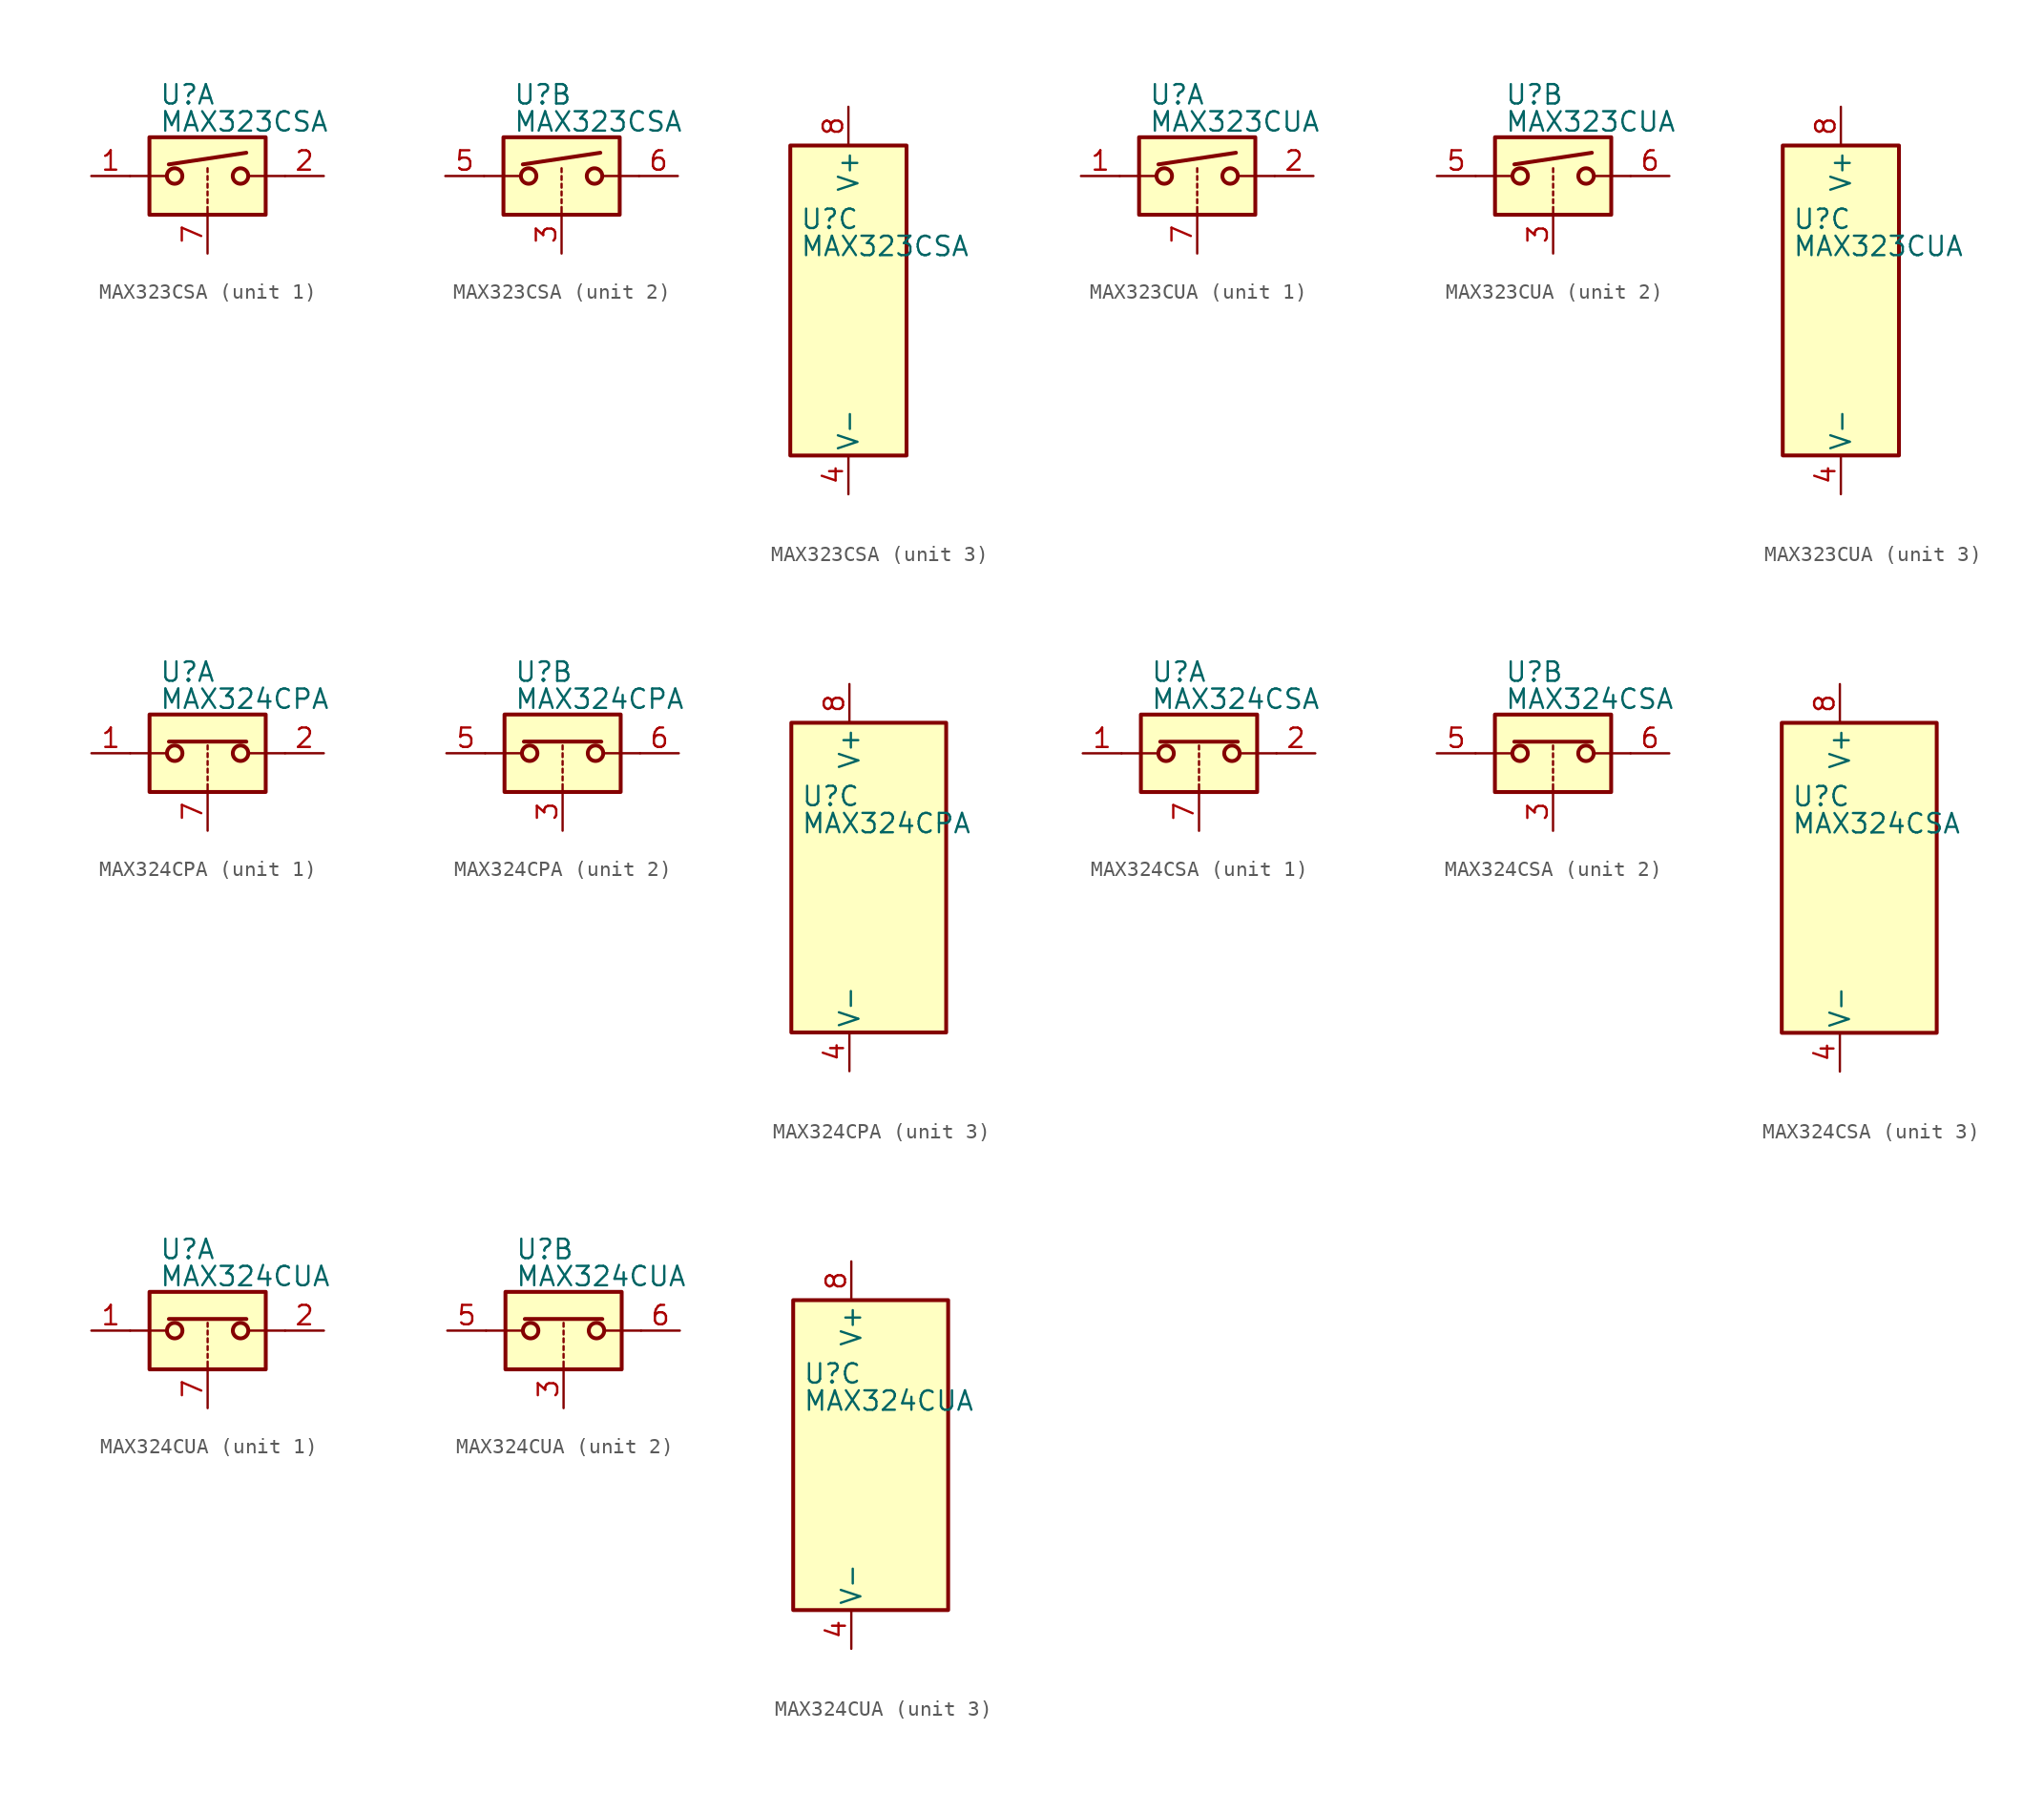
<source format=kicad_sym>
(kicad_symbol_lib
  (version 20201005)
  (generator kicad_symbol_editor)
  (symbol "Analog_Switch:MAX323CSA"
    (pin_names
      (offset 0.254))
    (property "Reference" "U"
      (at -3.175 5.334 0)
      (effects (font (size 1.27 1.27)) (justify left)))
    (property "Value" "MAX323CSA"
      (at -3.175 3.556 0)
      (effects (font (size 1.27 1.27)) (justify left)))
    (symbol "MAX323CSA_1_1"
      (circle (center -2.159 0) (radius 0.508) (stroke (width 0.254)) (fill (type none)))
      (circle (center 2.159 0) (radius 0.508) (stroke (width 0.254)) (fill (type none)))
      (rectangle (start -3.81 2.54) (end 3.81 -2.54) (stroke (width 0.254)) (fill (type background)))
      (polyline (pts (xy -5.08 0) (xy -2.794 0)) (stroke (width 0)) (fill (type none)))
      (polyline (pts (xy -2.54 0.762) (xy 2.54 1.524)) (stroke (width 0.254)) (fill (type none)))
      (polyline (pts (xy 0 -2.54) (xy 0 -2.032)) (stroke (width 0)) (fill (type none)))
      (polyline (pts (xy 0 -1.778) (xy 0 -1.524)) (stroke (width 0)) (fill (type none)))
      (polyline (pts (xy 0 -1.27) (xy 0 -1.016)) (stroke (width 0)) (fill (type none)))
      (polyline (pts (xy 0 -0.762) (xy 0 -0.508)) (stroke (width 0)) (fill (type none)))
      (polyline (pts (xy 0 -0.254) (xy 0 0)) (stroke (width 0)) (fill (type none)))
      (polyline (pts (xy 0 0.254) (xy 0 0.508)) (stroke (width 0)) (fill (type none)))
      (polyline (pts (xy 5.08 0) (xy 2.794 0)) (stroke (width 0)) (fill (type none)))
      (pin passive line (at -7.62 0 0) (length 2.54) (name "~" (effects (font (size 1.27 1.27)))) (number "1" (effects (font (size 1.27 1.27)))))
      (pin passive line (at 7.62 0 180) (length 2.54) (name "~" (effects (font (size 1.27 1.27)))) (number "2" (effects (font (size 1.27 1.27)))))
      (pin input line (at 0 -5.08 90) (length 2.54) (name "~" (effects (font (size 1.27 1.27)))) (number "7" (effects (font (size 1.27 1.27))))))
    (symbol "MAX323CSA_2_1"
      (circle (center -2.159 0) (radius 0.508) (stroke (width 0.254)) (fill (type none)))
      (circle (center 2.159 0) (radius 0.508) (stroke (width 0.254)) (fill (type none)))
      (rectangle (start -3.81 2.54) (end 3.81 -2.54) (stroke (width 0.254)) (fill (type background)))
      (polyline (pts (xy -5.08 0) (xy -2.794 0)) (stroke (width 0)) (fill (type none)))
      (polyline (pts (xy -2.54 0.762) (xy 2.54 1.524)) (stroke (width 0.254)) (fill (type none)))
      (polyline (pts (xy 0 -2.54) (xy 0 -2.032)) (stroke (width 0)) (fill (type none)))
      (polyline (pts (xy 0 -1.778) (xy 0 -1.524)) (stroke (width 0)) (fill (type none)))
      (polyline (pts (xy 0 -1.27) (xy 0 -1.016)) (stroke (width 0)) (fill (type none)))
      (polyline (pts (xy 0 -0.762) (xy 0 -0.508)) (stroke (width 0)) (fill (type none)))
      (polyline (pts (xy 0 -0.254) (xy 0 0)) (stroke (width 0)) (fill (type none)))
      (polyline (pts (xy 0 0.254) (xy 0 0.508)) (stroke (width 0)) (fill (type none)))
      (polyline (pts (xy 5.08 0) (xy 2.794 0)) (stroke (width 0)) (fill (type none)))
      (pin input line (at 0 -5.08 90) (length 2.54) (name "~" (effects (font (size 1.27 1.27)))) (number "3" (effects (font (size 1.27 1.27)))))
      (pin passive line (at -7.62 0 0) (length 2.54) (name "~" (effects (font (size 1.27 1.27)))) (number "5" (effects (font (size 1.27 1.27)))))
      (pin passive line (at 7.62 0 180) (length 2.54) (name "~" (effects (font (size 1.27 1.27)))) (number "6" (effects (font (size 1.27 1.27))))))
    (symbol "MAX323CSA_3_0"
      (pin power_in line (at 0 -12.7 90) (length 2.54) (name "V-" (effects (font (size 1.27 1.27)))) (number "4" (effects (font (size 1.27 1.27)))))
      (pin power_in line (at 0 12.7 270) (length 2.54) (name "V+" (effects (font (size 1.27 1.27)))) (number "8" (effects (font (size 1.27 1.27))))))
    (symbol "MAX323CSA_3_1"
      (rectangle (start -3.81 10.16) (end 3.81 -10.16) (stroke (width 0.254)) (fill (type background)))))
  (symbol "Analog_Switch:MAX323CUA"
    (pin_names
      (offset 0.254))
    (property "Reference" "U"
      (at -3.175 5.334 0)
      (effects (font (size 1.27 1.27)) (justify left)))
    (property "Value" "MAX323CUA"
      (at -3.175 3.556 0)
      (effects (font (size 1.27 1.27)) (justify left)))
    (symbol "MAX323CUA_1_1"
      (circle (center -2.159 0) (radius 0.508) (stroke (width 0.254)) (fill (type none)))
      (circle (center 2.159 0) (radius 0.508) (stroke (width 0.254)) (fill (type none)))
      (rectangle (start -3.81 2.54) (end 3.81 -2.54) (stroke (width 0.254)) (fill (type background)))
      (polyline (pts (xy -5.08 0) (xy -2.794 0)) (stroke (width 0)) (fill (type none)))
      (polyline (pts (xy -2.54 0.762) (xy 2.54 1.524)) (stroke (width 0.254)) (fill (type none)))
      (polyline (pts (xy 0 -2.54) (xy 0 -2.032)) (stroke (width 0)) (fill (type none)))
      (polyline (pts (xy 0 -1.778) (xy 0 -1.524)) (stroke (width 0)) (fill (type none)))
      (polyline (pts (xy 0 -1.27) (xy 0 -1.016)) (stroke (width 0)) (fill (type none)))
      (polyline (pts (xy 0 -0.762) (xy 0 -0.508)) (stroke (width 0)) (fill (type none)))
      (polyline (pts (xy 0 -0.254) (xy 0 0)) (stroke (width 0)) (fill (type none)))
      (polyline (pts (xy 0 0.254) (xy 0 0.508)) (stroke (width 0)) (fill (type none)))
      (polyline (pts (xy 5.08 0) (xy 2.794 0)) (stroke (width 0)) (fill (type none)))
      (pin passive line (at -7.62 0 0) (length 2.54) (name "~" (effects (font (size 1.27 1.27)))) (number "1" (effects (font (size 1.27 1.27)))))
      (pin passive line (at 7.62 0 180) (length 2.54) (name "~" (effects (font (size 1.27 1.27)))) (number "2" (effects (font (size 1.27 1.27)))))
      (pin input line (at 0 -5.08 90) (length 2.54) (name "~" (effects (font (size 1.27 1.27)))) (number "7" (effects (font (size 1.27 1.27))))))
    (symbol "MAX323CUA_2_1"
      (circle (center -2.159 0) (radius 0.508) (stroke (width 0.254)) (fill (type none)))
      (circle (center 2.159 0) (radius 0.508) (stroke (width 0.254)) (fill (type none)))
      (rectangle (start -3.81 2.54) (end 3.81 -2.54) (stroke (width 0.254)) (fill (type background)))
      (polyline (pts (xy -5.08 0) (xy -2.794 0)) (stroke (width 0)) (fill (type none)))
      (polyline (pts (xy -2.54 0.762) (xy 2.54 1.524)) (stroke (width 0.254)) (fill (type none)))
      (polyline (pts (xy 0 -2.54) (xy 0 -2.032)) (stroke (width 0)) (fill (type none)))
      (polyline (pts (xy 0 -1.778) (xy 0 -1.524)) (stroke (width 0)) (fill (type none)))
      (polyline (pts (xy 0 -1.27) (xy 0 -1.016)) (stroke (width 0)) (fill (type none)))
      (polyline (pts (xy 0 -0.762) (xy 0 -0.508)) (stroke (width 0)) (fill (type none)))
      (polyline (pts (xy 0 -0.254) (xy 0 0)) (stroke (width 0)) (fill (type none)))
      (polyline (pts (xy 0 0.254) (xy 0 0.508)) (stroke (width 0)) (fill (type none)))
      (polyline (pts (xy 5.08 0) (xy 2.794 0)) (stroke (width 0)) (fill (type none)))
      (pin input line (at 0 -5.08 90) (length 2.54) (name "~" (effects (font (size 1.27 1.27)))) (number "3" (effects (font (size 1.27 1.27)))))
      (pin passive line (at -7.62 0 0) (length 2.54) (name "~" (effects (font (size 1.27 1.27)))) (number "5" (effects (font (size 1.27 1.27)))))
      (pin passive line (at 7.62 0 180) (length 2.54) (name "~" (effects (font (size 1.27 1.27)))) (number "6" (effects (font (size 1.27 1.27))))))
    (symbol "MAX323CUA_3_0"
      (pin power_in line (at 0 -12.7 90) (length 2.54) (name "V-" (effects (font (size 1.27 1.27)))) (number "4" (effects (font (size 1.27 1.27)))))
      (pin power_in line (at 0 12.7 270) (length 2.54) (name "V+" (effects (font (size 1.27 1.27)))) (number "8" (effects (font (size 1.27 1.27))))))
    (symbol "MAX323CUA_3_1"
      (rectangle (start -3.81 10.16) (end 3.81 -10.16) (stroke (width 0.254)) (fill (type background)))))
  (symbol "Analog_Switch:MAX324CPA"
    (pin_names
      (offset 0.254))
    (property "Reference" "U"
      (at -3.175 5.334 0)
      (effects (font (size 1.27 1.27)) (justify left)))
    (property "Value" "MAX324CPA"
      (at -3.175 3.556 0)
      (effects (font (size 1.27 1.27)) (justify left)))
    (symbol "MAX324CPA_1_1"
      (circle (center -2.159 0) (radius 0.508) (stroke (width 0.254)) (fill (type none)))
      (circle (center 2.159 0) (radius 0.508) (stroke (width 0.254)) (fill (type none)))
      (rectangle (start -3.81 2.54) (end 3.81 -2.54) (stroke (width 0.254)) (fill (type background)))
      (polyline (pts (xy -5.08 0) (xy -2.794 0)) (stroke (width 0)) (fill (type none)))
      (polyline (pts (xy -2.54 0.762) (xy 2.54 0.762)) (stroke (width 0.254)) (fill (type none)))
      (polyline (pts (xy 0 -2.54) (xy 0 -2.032)) (stroke (width 0)) (fill (type none)))
      (polyline (pts (xy 0 -1.778) (xy 0 -1.524)) (stroke (width 0)) (fill (type none)))
      (polyline (pts (xy 0 -1.27) (xy 0 -1.016)) (stroke (width 0)) (fill (type none)))
      (polyline (pts (xy 0 -0.762) (xy 0 -0.508)) (stroke (width 0)) (fill (type none)))
      (polyline (pts (xy 0 -0.254) (xy 0 0)) (stroke (width 0)) (fill (type none)))
      (polyline (pts (xy 0 0.254) (xy 0 0.508)) (stroke (width 0)) (fill (type none)))
      (polyline (pts (xy 5.08 0) (xy 2.794 0)) (stroke (width 0)) (fill (type none)))
      (pin passive line (at -7.62 0 0) (length 2.54) (name "~" (effects (font (size 1.27 1.27)))) (number "1" (effects (font (size 1.27 1.27)))))
      (pin passive line (at 7.62 0 180) (length 2.54) (name "~" (effects (font (size 1.27 1.27)))) (number "2" (effects (font (size 1.27 1.27)))))
      (pin input line (at 0 -5.08 90) (length 2.54) (name "~" (effects (font (size 1.27 1.27)))) (number "7" (effects (font (size 1.27 1.27))))))
    (symbol "MAX324CPA_2_1"
      (circle (center -2.159 0) (radius 0.508) (stroke (width 0.254)) (fill (type none)))
      (circle (center 2.159 0) (radius 0.508) (stroke (width 0.254)) (fill (type none)))
      (rectangle (start -3.81 2.54) (end 3.81 -2.54) (stroke (width 0.254)) (fill (type background)))
      (polyline (pts (xy -5.08 0) (xy -2.794 0)) (stroke (width 0)) (fill (type none)))
      (polyline (pts (xy -2.54 0.762) (xy 2.54 0.762)) (stroke (width 0.254)) (fill (type none)))
      (polyline (pts (xy 0 -2.54) (xy 0 -2.032)) (stroke (width 0)) (fill (type none)))
      (polyline (pts (xy 0 -1.778) (xy 0 -1.524)) (stroke (width 0)) (fill (type none)))
      (polyline (pts (xy 0 -1.27) (xy 0 -1.016)) (stroke (width 0)) (fill (type none)))
      (polyline (pts (xy 0 -0.762) (xy 0 -0.508)) (stroke (width 0)) (fill (type none)))
      (polyline (pts (xy 0 -0.254) (xy 0 0)) (stroke (width 0)) (fill (type none)))
      (polyline (pts (xy 0 0.254) (xy 0 0.508)) (stroke (width 0)) (fill (type none)))
      (polyline (pts (xy 5.08 0) (xy 2.794 0)) (stroke (width 0)) (fill (type none)))
      (pin input line (at 0 -5.08 90) (length 2.54) (name "~" (effects (font (size 1.27 1.27)))) (number "3" (effects (font (size 1.27 1.27)))))
      (pin passive line (at -7.62 0 0) (length 2.54) (name "~" (effects (font (size 1.27 1.27)))) (number "5" (effects (font (size 1.27 1.27)))))
      (pin passive line (at 7.62 0 180) (length 2.54) (name "~" (effects (font (size 1.27 1.27)))) (number "6" (effects (font (size 1.27 1.27))))))
    (symbol "MAX324CPA_3_0"
      (pin power_in line (at 0 -12.7 90) (length 2.54) (name "V-" (effects (font (size 1.27 1.27)))) (number "4" (effects (font (size 1.27 1.27)))))
      (pin power_in line (at 0 12.7 270) (length 2.54) (name "V+" (effects (font (size 1.27 1.27)))) (number "8" (effects (font (size 1.27 1.27))))))
    (symbol "MAX324CPA_3_1"
      (rectangle (start -3.81 10.16) (end 6.35 -10.16) (stroke (width 0.254)) (fill (type background)))))
  (symbol "Analog_Switch:MAX324CSA"
    (pin_names
      (offset 0.254))
    (property "Reference" "U"
      (at -3.175 5.334 0)
      (effects (font (size 1.27 1.27)) (justify left)))
    (property "Value" "MAX324CSA"
      (at -3.175 3.556 0)
      (effects (font (size 1.27 1.27)) (justify left)))
    (symbol "MAX324CSA_1_1"
      (circle (center -2.159 0) (radius 0.508) (stroke (width 0.254)) (fill (type none)))
      (circle (center 2.159 0) (radius 0.508) (stroke (width 0.254)) (fill (type none)))
      (rectangle (start -3.81 2.54) (end 3.81 -2.54) (stroke (width 0.254)) (fill (type background)))
      (polyline (pts (xy -5.08 0) (xy -2.794 0)) (stroke (width 0)) (fill (type none)))
      (polyline (pts (xy -2.54 0.762) (xy 2.54 0.762)) (stroke (width 0.254)) (fill (type none)))
      (polyline (pts (xy 0 -2.54) (xy 0 -2.032)) (stroke (width 0)) (fill (type none)))
      (polyline (pts (xy 0 -1.778) (xy 0 -1.524)) (stroke (width 0)) (fill (type none)))
      (polyline (pts (xy 0 -1.27) (xy 0 -1.016)) (stroke (width 0)) (fill (type none)))
      (polyline (pts (xy 0 -0.762) (xy 0 -0.508)) (stroke (width 0)) (fill (type none)))
      (polyline (pts (xy 0 -0.254) (xy 0 0)) (stroke (width 0)) (fill (type none)))
      (polyline (pts (xy 0 0.254) (xy 0 0.508)) (stroke (width 0)) (fill (type none)))
      (polyline (pts (xy 5.08 0) (xy 2.794 0)) (stroke (width 0)) (fill (type none)))
      (pin passive line (at -7.62 0 0) (length 2.54) (name "~" (effects (font (size 1.27 1.27)))) (number "1" (effects (font (size 1.27 1.27)))))
      (pin passive line (at 7.62 0 180) (length 2.54) (name "~" (effects (font (size 1.27 1.27)))) (number "2" (effects (font (size 1.27 1.27)))))
      (pin input line (at 0 -5.08 90) (length 2.54) (name "~" (effects (font (size 1.27 1.27)))) (number "7" (effects (font (size 1.27 1.27))))))
    (symbol "MAX324CSA_2_1"
      (circle (center -2.159 0) (radius 0.508) (stroke (width 0.254)) (fill (type none)))
      (circle (center 2.159 0) (radius 0.508) (stroke (width 0.254)) (fill (type none)))
      (rectangle (start -3.81 2.54) (end 3.81 -2.54) (stroke (width 0.254)) (fill (type background)))
      (polyline (pts (xy -5.08 0) (xy -2.794 0)) (stroke (width 0)) (fill (type none)))
      (polyline (pts (xy -2.54 0.762) (xy 2.54 0.762)) (stroke (width 0.254)) (fill (type none)))
      (polyline (pts (xy 0 -2.54) (xy 0 -2.032)) (stroke (width 0)) (fill (type none)))
      (polyline (pts (xy 0 -1.778) (xy 0 -1.524)) (stroke (width 0)) (fill (type none)))
      (polyline (pts (xy 0 -1.27) (xy 0 -1.016)) (stroke (width 0)) (fill (type none)))
      (polyline (pts (xy 0 -0.762) (xy 0 -0.508)) (stroke (width 0)) (fill (type none)))
      (polyline (pts (xy 0 -0.254) (xy 0 0)) (stroke (width 0)) (fill (type none)))
      (polyline (pts (xy 0 0.254) (xy 0 0.508)) (stroke (width 0)) (fill (type none)))
      (polyline (pts (xy 5.08 0) (xy 2.794 0)) (stroke (width 0)) (fill (type none)))
      (pin input line (at 0 -5.08 90) (length 2.54) (name "~" (effects (font (size 1.27 1.27)))) (number "3" (effects (font (size 1.27 1.27)))))
      (pin passive line (at -7.62 0 0) (length 2.54) (name "~" (effects (font (size 1.27 1.27)))) (number "5" (effects (font (size 1.27 1.27)))))
      (pin passive line (at 7.62 0 180) (length 2.54) (name "~" (effects (font (size 1.27 1.27)))) (number "6" (effects (font (size 1.27 1.27))))))
    (symbol "MAX324CSA_3_0"
      (pin power_in line (at 0 -12.7 90) (length 2.54) (name "V-" (effects (font (size 1.27 1.27)))) (number "4" (effects (font (size 1.27 1.27)))))
      (pin power_in line (at 0 12.7 270) (length 2.54) (name "V+" (effects (font (size 1.27 1.27)))) (number "8" (effects (font (size 1.27 1.27))))))
    (symbol "MAX324CSA_3_1"
      (rectangle (start -3.81 10.16) (end 6.35 -10.16) (stroke (width 0.254)) (fill (type background)))))
  (symbol "Analog_Switch:MAX324CUA"
    (pin_names
      (offset 0.254))
    (property "Reference" "U"
      (at -3.175 5.334 0)
      (effects (font (size 1.27 1.27)) (justify left)))
    (property "Value" "MAX324CUA"
      (at -3.175 3.556 0)
      (effects (font (size 1.27 1.27)) (justify left)))
    (symbol "MAX324CUA_1_1"
      (circle (center -2.159 0) (radius 0.508) (stroke (width 0.254)) (fill (type none)))
      (circle (center 2.159 0) (radius 0.508) (stroke (width 0.254)) (fill (type none)))
      (rectangle (start -3.81 2.54) (end 3.81 -2.54) (stroke (width 0.254)) (fill (type background)))
      (polyline (pts (xy -5.08 0) (xy -2.794 0)) (stroke (width 0)) (fill (type none)))
      (polyline (pts (xy -2.54 0.762) (xy 2.54 0.762)) (stroke (width 0.254)) (fill (type none)))
      (polyline (pts (xy 0 -2.54) (xy 0 -2.032)) (stroke (width 0)) (fill (type none)))
      (polyline (pts (xy 0 -1.778) (xy 0 -1.524)) (stroke (width 0)) (fill (type none)))
      (polyline (pts (xy 0 -1.27) (xy 0 -1.016)) (stroke (width 0)) (fill (type none)))
      (polyline (pts (xy 0 -0.762) (xy 0 -0.508)) (stroke (width 0)) (fill (type none)))
      (polyline (pts (xy 0 -0.254) (xy 0 0)) (stroke (width 0)) (fill (type none)))
      (polyline (pts (xy 0 0.254) (xy 0 0.508)) (stroke (width 0)) (fill (type none)))
      (polyline (pts (xy 5.08 0) (xy 2.794 0)) (stroke (width 0)) (fill (type none)))
      (pin passive line (at -7.62 0 0) (length 2.54) (name "~" (effects (font (size 1.27 1.27)))) (number "1" (effects (font (size 1.27 1.27)))))
      (pin passive line (at 7.62 0 180) (length 2.54) (name "~" (effects (font (size 1.27 1.27)))) (number "2" (effects (font (size 1.27 1.27)))))
      (pin input line (at 0 -5.08 90) (length 2.54) (name "~" (effects (font (size 1.27 1.27)))) (number "7" (effects (font (size 1.27 1.27))))))
    (symbol "MAX324CUA_2_1"
      (circle (center -2.159 0) (radius 0.508) (stroke (width 0.254)) (fill (type none)))
      (circle (center 2.159 0) (radius 0.508) (stroke (width 0.254)) (fill (type none)))
      (rectangle (start -3.81 2.54) (end 3.81 -2.54) (stroke (width 0.254)) (fill (type background)))
      (polyline (pts (xy -5.08 0) (xy -2.794 0)) (stroke (width 0)) (fill (type none)))
      (polyline (pts (xy -2.54 0.762) (xy 2.54 0.762)) (stroke (width 0.254)) (fill (type none)))
      (polyline (pts (xy 0 -2.54) (xy 0 -2.032)) (stroke (width 0)) (fill (type none)))
      (polyline (pts (xy 0 -1.778) (xy 0 -1.524)) (stroke (width 0)) (fill (type none)))
      (polyline (pts (xy 0 -1.27) (xy 0 -1.016)) (stroke (width 0)) (fill (type none)))
      (polyline (pts (xy 0 -0.762) (xy 0 -0.508)) (stroke (width 0)) (fill (type none)))
      (polyline (pts (xy 0 -0.254) (xy 0 0)) (stroke (width 0)) (fill (type none)))
      (polyline (pts (xy 0 0.254) (xy 0 0.508)) (stroke (width 0)) (fill (type none)))
      (polyline (pts (xy 5.08 0) (xy 2.794 0)) (stroke (width 0)) (fill (type none)))
      (pin input line (at 0 -5.08 90) (length 2.54) (name "~" (effects (font (size 1.27 1.27)))) (number "3" (effects (font (size 1.27 1.27)))))
      (pin passive line (at -7.62 0 0) (length 2.54) (name "~" (effects (font (size 1.27 1.27)))) (number "5" (effects (font (size 1.27 1.27)))))
      (pin passive line (at 7.62 0 180) (length 2.54) (name "~" (effects (font (size 1.27 1.27)))) (number "6" (effects (font (size 1.27 1.27))))))
    (symbol "MAX324CUA_3_0"
      (pin power_in line (at 0 -12.7 90) (length 2.54) (name "V-" (effects (font (size 1.27 1.27)))) (number "4" (effects (font (size 1.27 1.27)))))
      (pin power_in line (at 0 12.7 270) (length 2.54) (name "V+" (effects (font (size 1.27 1.27)))) (number "8" (effects (font (size 1.27 1.27))))))
    (symbol "MAX324CUA_3_1"
      (rectangle (start -3.81 10.16) (end 6.35 -10.16) (stroke (width 0.254)) (fill (type background))))))
</source>
